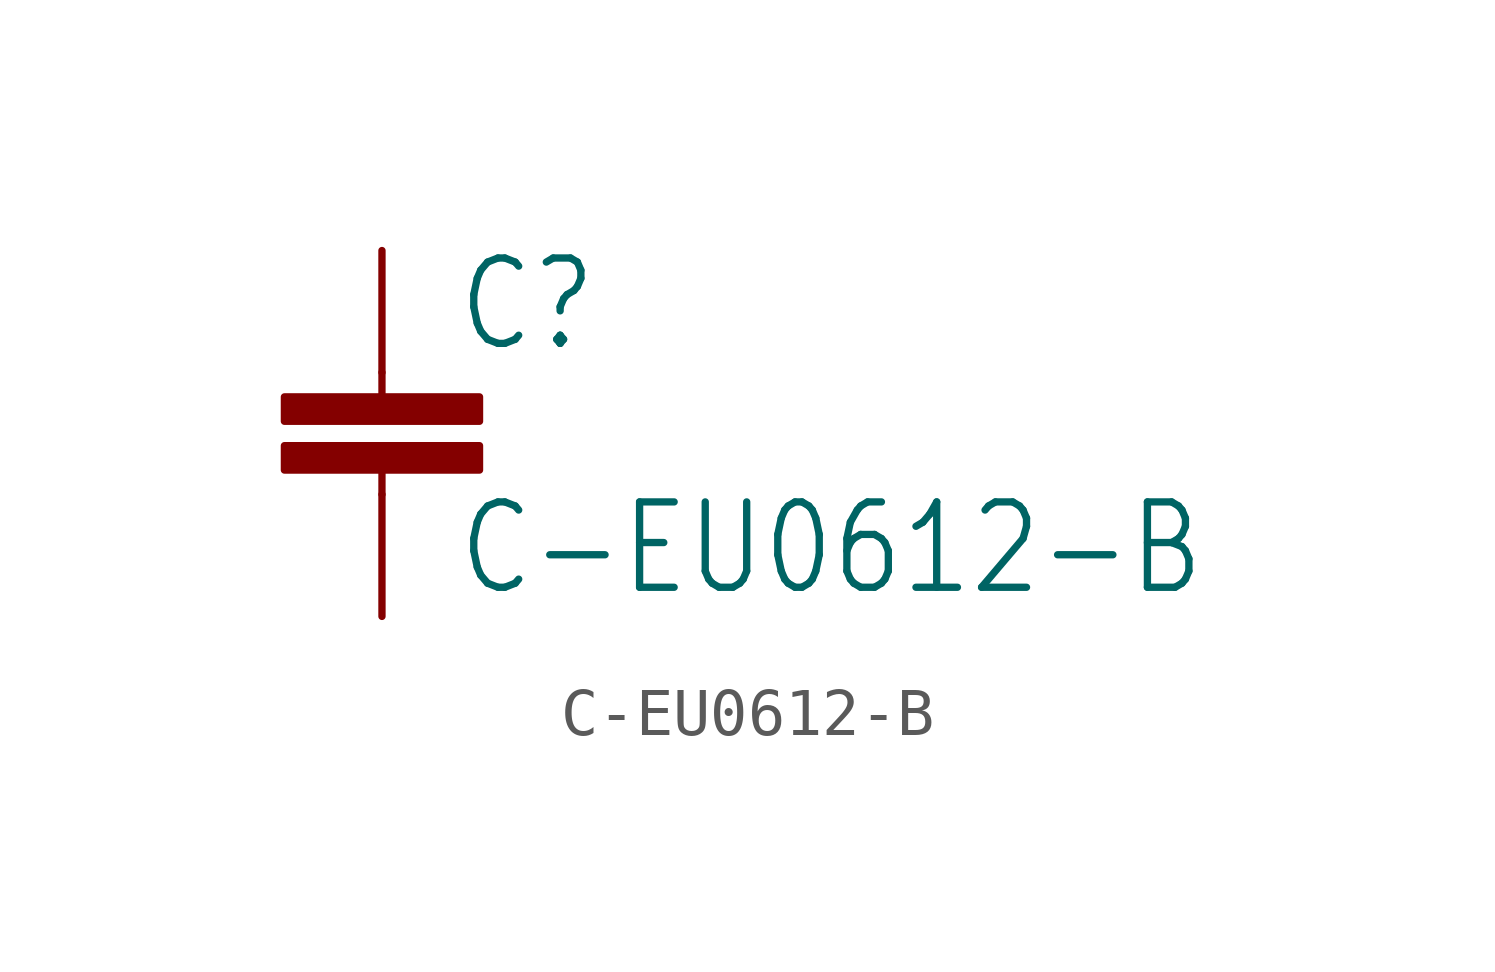
<source format=kicad_sym>
(kicad_symbol_lib
  (version 20211014)
  (generator kicad_symbol_editor)
  (symbol "C-EU0612-B"
    (property "Reference" "C"
      (at 1.524 0.381 0)
      (effects (font (size 1.778 1.511)) (justify left bottom)))
    (property "Value" "C-EU0612-B"
      (at 1.524 -4.699 0)
      (effects (font (size 1.778 1.511)) (justify left bottom)))
    (property "ki_locked" ""
      (at 0 0 0)
      (effects (font (size 1.27 1.27))))
    (symbol "C-EU0612-B_1_0"
      (rectangle (start -2.032 -2.032) (end 2.032 -1.524) (stroke (width 0) (type default) (color 0 0 0 0)) (fill (type outline)))
      (rectangle (start -2.032 -1.016) (end 2.032 -0.508) (stroke (width 0) (type default) (color 0 0 0 0)) (fill (type outline)))
      (polyline (pts (xy 0 -2.54) (xy 0 -2.032)) (stroke (width 0.152) (type default) (color 0 0 0 0)) (fill (type none)))
      (polyline (pts (xy 0 0) (xy 0 -0.508)) (stroke (width 0.152) (type default) (color 0 0 0 0)) (fill (type none)))
      (pin passive line (at 0 2.54 270) (length 2.54) (name "1" (effects (font (size 0 0)))) (number "1" (effects (font (size 0 0)))))
      (pin passive line (at 0 -5.08 90) (length 2.54) (name "2" (effects (font (size 0 0)))) (number "2" (effects (font (size 0 0))))))))
</source>
